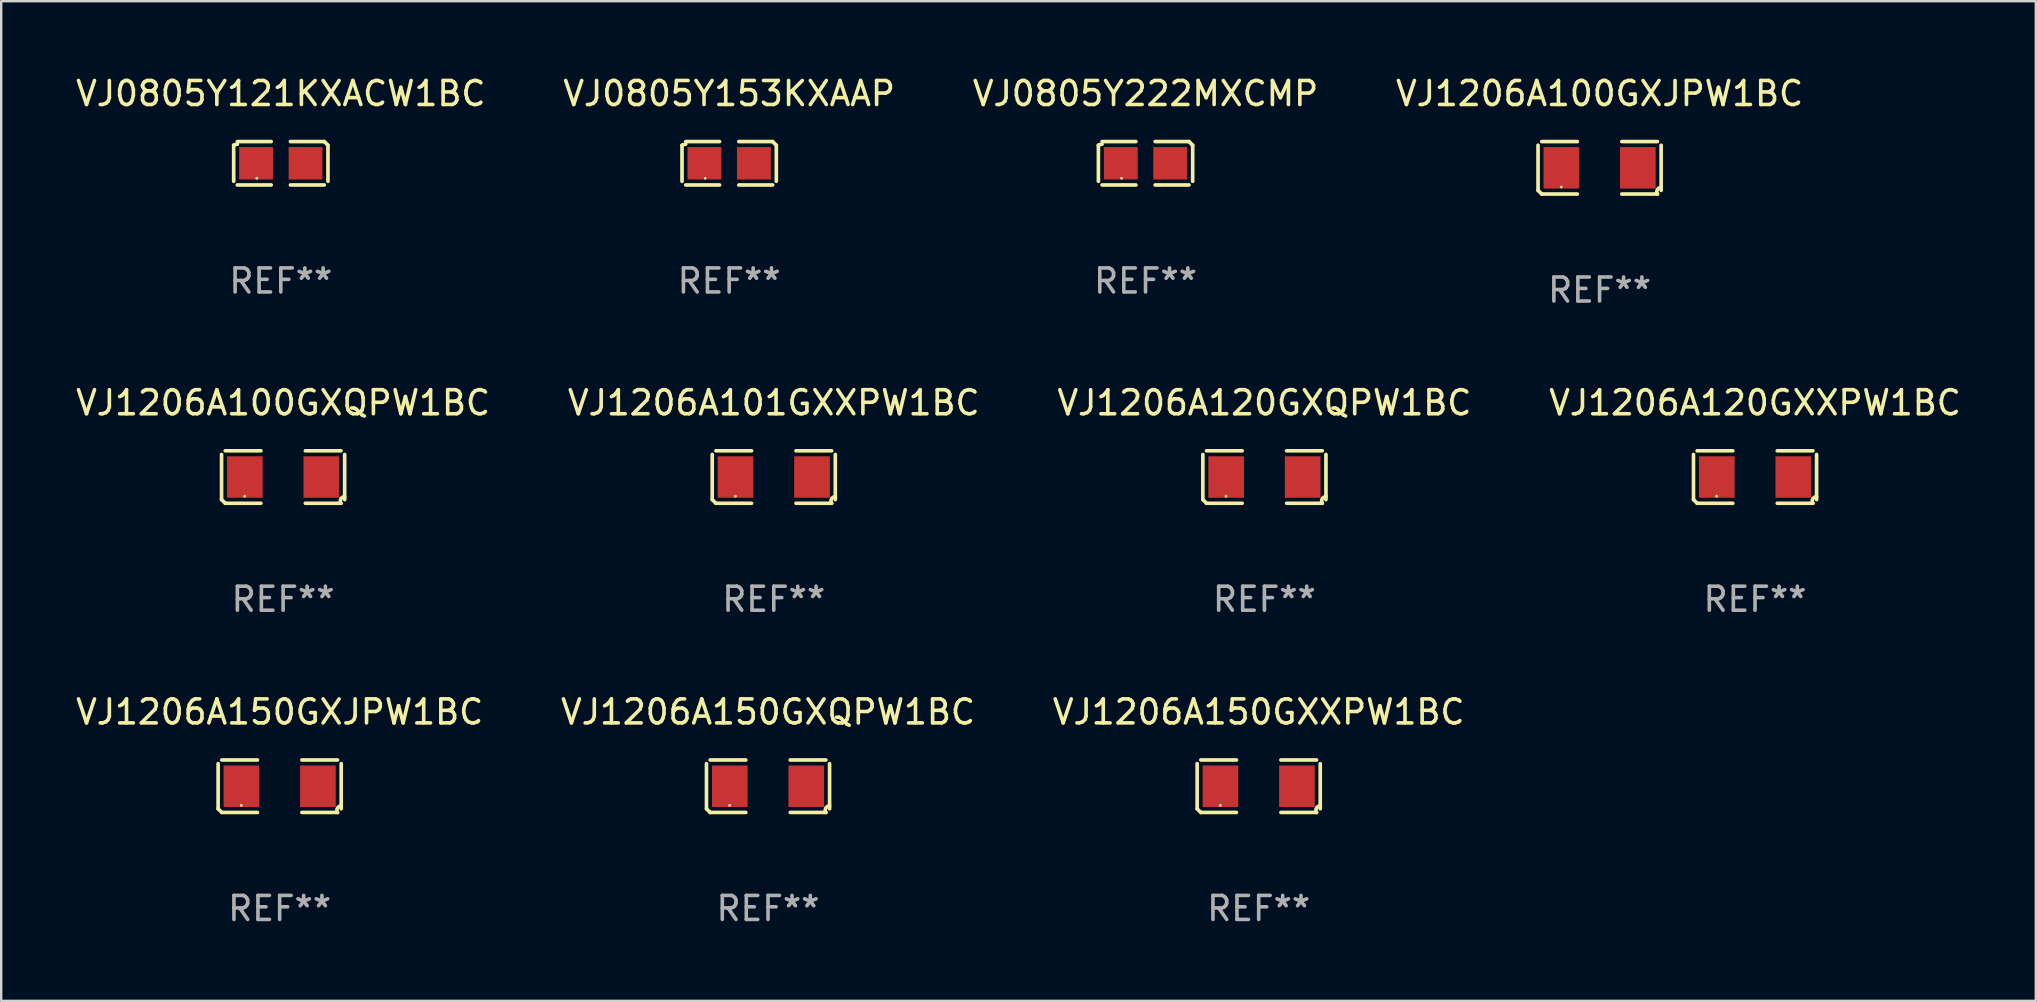
<source format=kicad_pcb>
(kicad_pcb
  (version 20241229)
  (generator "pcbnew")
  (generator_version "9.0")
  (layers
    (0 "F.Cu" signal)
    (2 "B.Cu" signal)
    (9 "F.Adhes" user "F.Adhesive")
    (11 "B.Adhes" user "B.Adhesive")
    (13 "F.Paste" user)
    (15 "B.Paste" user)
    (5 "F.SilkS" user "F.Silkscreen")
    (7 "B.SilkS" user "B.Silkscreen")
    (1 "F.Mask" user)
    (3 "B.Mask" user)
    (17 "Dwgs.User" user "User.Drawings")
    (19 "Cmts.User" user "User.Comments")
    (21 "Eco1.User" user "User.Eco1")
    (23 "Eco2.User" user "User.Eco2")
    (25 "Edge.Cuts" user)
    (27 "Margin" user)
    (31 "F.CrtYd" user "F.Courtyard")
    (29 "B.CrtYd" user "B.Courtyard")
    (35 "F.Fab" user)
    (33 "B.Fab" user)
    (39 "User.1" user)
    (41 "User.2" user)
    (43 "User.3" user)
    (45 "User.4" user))
  (footprint "VJ0805Y153KXAAP"
    (layer "F.Cu")
    (at 27.327 3.752)
    (property "Reference" "VJ0805Y153KXAAP" (at 0 -2.904 0) (layer "F.SilkS") (effects (font (size 1 1) (thickness 0.15))))
    (attr through_hole)
    (fp_line (start -1.964 0.751) (end -1.964 -0.751) (stroke (width 0.152) (type solid)) (layer "F.SilkS"))
    (fp_line (start -1.811 -0.904) (end -0.401 -0.904) (stroke (width 0.152) (type solid)) (layer "F.SilkS"))
    (fp_line (start -0.401 0.904) (end -1.811 0.904) (stroke (width 0.152) (type solid)) (layer "F.SilkS"))
    (fp_line (start 0.401 0.904) (end 1.811 0.904) (stroke (width 0.152) (type solid)) (layer "F.SilkS"))
    (fp_line (start 1.811 -0.904) (end 0.401 -0.904) (stroke (width 0.152) (type solid)) (layer "F.SilkS"))
    (fp_line (start 1.964 0.751) (end 1.964 -0.751) (stroke (width 0.152) (type solid)) (layer "F.SilkS"))
    (fp_arc (start -1.963602 -0.751207) (mid -1.890354 -0.783131) (end -1.811201 -0.794044) (stroke (width 0.1524) (type solid)) (layer "F.SilkS"))
    (fp_arc (start 1.811202 -0.903607) (mid 1.887413 -0.827418) (end 1.963602 -0.751207) (stroke (width 0.1524) (type solid)) (layer "F.SilkS"))
    (fp_circle (center -1 0.625) (end -0.97 0.625) (stroke (width 0.06) (type solid)) (fill no) (layer "F.SilkS"))
    (fp_text user "REF**" (at 0 4.904 0) (layer "F.Fab") (effects (font (size 1 1) (thickness 0.15))))
    (pad "1" smd rect (at -1.03 0) (size 1.41 1.35) (layers "F.Cu" "F.Mask" "F.Paste"))
    (pad "2" smd rect (at 1.03 0) (size 1.41 1.35) (layers "F.Cu" "F.Mask" "F.Paste")))
  (footprint "VJ1206A120GXQPW1BC"
    (layer "F.Cu")
    (at 49.625 16.823)
    (property "Reference" "VJ1206A120GXQPW1BC" (at 0 -3.093 0) (layer "F.SilkS") (effects (font (size 1 1) (thickness 0.15))))
    (attr through_hole)
    (fp_line (start -2.564 0.94) (end -2.564 -0.94) (stroke (width 0.152) (type solid)) (layer "F.SilkS"))
    (fp_line (start -2.411 -1.093) (end -0.926 -1.093) (stroke (width 0.152) (type solid)) (layer "F.SilkS"))
    (fp_line (start -0.926 1.093) (end -2.411 1.093) (stroke (width 0.152) (type solid)) (layer "F.SilkS"))
    (fp_line (start 0.926 1.093) (end 2.411 1.093) (stroke (width 0.152) (type solid)) (layer "F.SilkS"))
    (fp_line (start 2.411 -1.093) (end 0.926 -1.093) (stroke (width 0.152) (type solid)) (layer "F.SilkS"))
    (fp_line (start 2.564 0.94) (end 2.564 -0.94) (stroke (width 0.152) (type solid)) (layer "F.SilkS"))
    (fp_arc (start -2.411201 1.092609) (mid -2.487413 1.01642) (end -2.563602 0.940208) (stroke (width 0.1524) (type solid)) (layer "F.SilkS"))
    (fp_arc (start 2.411201 1.092609) (mid 2.407159 0.911226) (end 2.563602 0.819347) (stroke (width 0.1524) (type solid)) (layer "F.SilkS"))
    (fp_circle (center -1.6 0.8) (end -1.57 0.8) (stroke (width 0.06) (type solid)) (fill no) (layer "F.SilkS"))
    (fp_text user "REF**" (at 0 5.093 0) (layer "F.Fab") (effects (font (size 1 1) (thickness 0.15))))
    (pad "1" smd rect (at -1.593 0) (size 1.485 1.728) (layers "F.Cu" "F.Mask" "F.Paste"))
    (pad "2" smd rect (at 1.593 0) (size 1.485 1.728) (layers "F.Cu" "F.Mask" "F.Paste")))
  (footprint "VJ0805Y222MXCMP"
    (layer "F.Cu")
    (at 44.673 3.752)
    (property "Reference" "VJ0805Y222MXCMP" (at 0 -2.904 0) (layer "F.SilkS") (effects (font (size 1 1) (thickness 0.15))))
    (attr through_hole)
    (fp_line (start -1.964 0.751) (end -1.964 -0.751) (stroke (width 0.152) (type solid)) (layer "F.SilkS"))
    (fp_line (start -1.811 -0.904) (end -0.401 -0.904) (stroke (width 0.152) (type solid)) (layer "F.SilkS"))
    (fp_line (start -0.401 0.904) (end -1.811 0.904) (stroke (width 0.152) (type solid)) (layer "F.SilkS"))
    (fp_line (start 0.401 0.904) (end 1.811 0.904) (stroke (width 0.152) (type solid)) (layer "F.SilkS"))
    (fp_line (start 1.811 -0.904) (end 0.401 -0.904) (stroke (width 0.152) (type solid)) (layer "F.SilkS"))
    (fp_line (start 1.964 0.751) (end 1.964 -0.751) (stroke (width 0.152) (type solid)) (layer "F.SilkS"))
    (fp_arc (start -1.963602 -0.751207) (mid -1.890354 -0.783131) (end -1.811201 -0.794044) (stroke (width 0.1524) (type solid)) (layer "F.SilkS"))
    (fp_arc (start 1.811202 -0.903607) (mid 1.887413 -0.827418) (end 1.963602 -0.751207) (stroke (width 0.1524) (type solid)) (layer "F.SilkS"))
    (fp_circle (center -1 0.625) (end -0.97 0.625) (stroke (width 0.06) (type solid)) (fill no) (layer "F.SilkS"))
    (fp_text user "REF**" (at 0 4.904 0) (layer "F.Fab") (effects (font (size 1 1) (thickness 0.15))))
    (pad "1" smd rect (at -1.03 0) (size 1.41 1.35) (layers "F.Cu" "F.Mask" "F.Paste"))
    (pad "2" smd rect (at 1.03 0) (size 1.41 1.35) (layers "F.Cu" "F.Mask" "F.Paste")))
  (footprint "VJ0805Y121KXACW1BC"
    (layer "F.Cu")
    (at 8.649 3.752)
    (property "Reference" "VJ0805Y121KXACW1BC" (at 0 -2.904 0) (layer "F.SilkS") (effects (font (size 1 1) (thickness 0.15))))
    (attr through_hole)
    (fp_line (start -1.964 0.751) (end -1.964 -0.751) (stroke (width 0.152) (type solid)) (layer "F.SilkS"))
    (fp_line (start -1.811 -0.904) (end -0.401 -0.904) (stroke (width 0.152) (type solid)) (layer "F.SilkS"))
    (fp_line (start -0.401 0.904) (end -1.811 0.904) (stroke (width 0.152) (type solid)) (layer "F.SilkS"))
    (fp_line (start 0.401 0.904) (end 1.811 0.904) (stroke (width 0.152) (type solid)) (layer "F.SilkS"))
    (fp_line (start 1.811 -0.904) (end 0.401 -0.904) (stroke (width 0.152) (type solid)) (layer "F.SilkS"))
    (fp_line (start 1.964 0.751) (end 1.964 -0.751) (stroke (width 0.152) (type solid)) (layer "F.SilkS"))
    (fp_arc (start -1.963602 -0.751207) (mid -1.890354 -0.783131) (end -1.811201 -0.794044) (stroke (width 0.1524) (type solid)) (layer "F.SilkS"))
    (fp_arc (start 1.811202 -0.903607) (mid 1.887413 -0.827418) (end 1.963602 -0.751207) (stroke (width 0.1524) (type solid)) (layer "F.SilkS"))
    (fp_circle (center -1 0.625) (end -0.97 0.625) (stroke (width 0.06) (type solid)) (fill no) (layer "F.SilkS"))
    (fp_text user "REF**" (at 0 4.904 0) (layer "F.Fab") (effects (font (size 1 1) (thickness 0.15))))
    (pad "1" smd rect (at -1.03 0) (size 1.41 1.35) (layers "F.Cu" "F.Mask" "F.Paste"))
    (pad "2" smd rect (at 1.03 0) (size 1.41 1.35) (layers "F.Cu" "F.Mask" "F.Paste")))
  (footprint "VJ1206A150GXXPW1BC"
    (layer "F.Cu")
    (at 49.387 29.704)
    (property "Reference" "VJ1206A150GXXPW1BC" (at 0 -3.093 0) (layer "F.SilkS") (effects (font (size 1 1) (thickness 0.15))))
    (attr through_hole)
    (fp_line (start -2.564 0.94) (end -2.564 -0.94) (stroke (width 0.152) (type solid)) (layer "F.SilkS"))
    (fp_line (start -2.411 -1.093) (end -0.926 -1.093) (stroke (width 0.152) (type solid)) (layer "F.SilkS"))
    (fp_line (start -0.926 1.093) (end -2.411 1.093) (stroke (width 0.152) (type solid)) (layer "F.SilkS"))
    (fp_line (start 0.926 1.093) (end 2.411 1.093) (stroke (width 0.152) (type solid)) (layer "F.SilkS"))
    (fp_line (start 2.411 -1.093) (end 0.926 -1.093) (stroke (width 0.152) (type solid)) (layer "F.SilkS"))
    (fp_line (start 2.564 0.94) (end 2.564 -0.94) (stroke (width 0.152) (type solid)) (layer "F.SilkS"))
    (fp_arc (start -2.411201 1.092609) (mid -2.487413 1.01642) (end -2.563602 0.940208) (stroke (width 0.1524) (type solid)) (layer "F.SilkS"))
    (fp_arc (start 2.411201 1.092609) (mid 2.407159 0.911226) (end 2.563602 0.819347) (stroke (width 0.1524) (type solid)) (layer "F.SilkS"))
    (fp_circle (center -1.6 0.8) (end -1.57 0.8) (stroke (width 0.06) (type solid)) (fill no) (layer "F.SilkS"))
    (fp_text user "REF**" (at 0 5.093 0) (layer "F.Fab") (effects (font (size 1 1) (thickness 0.15))))
    (pad "1" smd rect (at -1.593 0) (size 1.485 1.728) (layers "F.Cu" "F.Mask" "F.Paste"))
    (pad "2" smd rect (at 1.593 0) (size 1.485 1.728) (layers "F.Cu" "F.Mask" "F.Paste")))
  (footprint "VJ1206A100GXQPW1BC"
    (layer "F.Cu")
    (at 8.744 16.823)
    (property "Reference" "VJ1206A100GXQPW1BC" (at 0 -3.093 0) (layer "F.SilkS") (effects (font (size 1 1) (thickness 0.15))))
    (attr through_hole)
    (fp_line (start -2.564 0.94) (end -2.564 -0.94) (stroke (width 0.152) (type solid)) (layer "F.SilkS"))
    (fp_line (start -2.411 -1.093) (end -0.926 -1.093) (stroke (width 0.152) (type solid)) (layer "F.SilkS"))
    (fp_line (start -0.926 1.093) (end -2.411 1.093) (stroke (width 0.152) (type solid)) (layer "F.SilkS"))
    (fp_line (start 0.926 1.093) (end 2.411 1.093) (stroke (width 0.152) (type solid)) (layer "F.SilkS"))
    (fp_line (start 2.411 -1.093) (end 0.926 -1.093) (stroke (width 0.152) (type solid)) (layer "F.SilkS"))
    (fp_line (start 2.564 0.94) (end 2.564 -0.94) (stroke (width 0.152) (type solid)) (layer "F.SilkS"))
    (fp_arc (start -2.411201 1.092609) (mid -2.487413 1.01642) (end -2.563602 0.940208) (stroke (width 0.1524) (type solid)) (layer "F.SilkS"))
    (fp_arc (start 2.411201 1.092609) (mid 2.407159 0.911226) (end 2.563602 0.819347) (stroke (width 0.1524) (type solid)) (layer "F.SilkS"))
    (fp_circle (center -1.6 0.8) (end -1.57 0.8) (stroke (width 0.06) (type solid)) (fill no) (layer "F.SilkS"))
    (fp_text user "REF**" (at 0 5.093 0) (layer "F.Fab") (effects (font (size 1 1) (thickness 0.15))))
    (pad "1" smd rect (at -1.593 0) (size 1.485 1.728) (layers "F.Cu" "F.Mask" "F.Paste"))
    (pad "2" smd rect (at 1.593 0) (size 1.485 1.728) (layers "F.Cu" "F.Mask" "F.Paste")))
  (footprint "VJ1206A150GXJPW1BC"
    (layer "F.Cu")
    (at 8.601 29.704)
    (property "Reference" "VJ1206A150GXJPW1BC" (at 0 -3.093 0) (layer "F.SilkS") (effects (font (size 1 1) (thickness 0.15))))
    (attr through_hole)
    (fp_line (start -2.564 0.94) (end -2.564 -0.94) (stroke (width 0.152) (type solid)) (layer "F.SilkS"))
    (fp_line (start -2.411 -1.093) (end -0.926 -1.093) (stroke (width 0.152) (type solid)) (layer "F.SilkS"))
    (fp_line (start -0.926 1.093) (end -2.411 1.093) (stroke (width 0.152) (type solid)) (layer "F.SilkS"))
    (fp_line (start 0.926 1.093) (end 2.411 1.093) (stroke (width 0.152) (type solid)) (layer "F.SilkS"))
    (fp_line (start 2.411 -1.093) (end 0.926 -1.093) (stroke (width 0.152) (type solid)) (layer "F.SilkS"))
    (fp_line (start 2.564 0.94) (end 2.564 -0.94) (stroke (width 0.152) (type solid)) (layer "F.SilkS"))
    (fp_arc (start -2.411201 1.092609) (mid -2.487413 1.01642) (end -2.563602 0.940208) (stroke (width 0.1524) (type solid)) (layer "F.SilkS"))
    (fp_arc (start 2.411201 1.092609) (mid 2.407159 0.911226) (end 2.563602 0.819347) (stroke (width 0.1524) (type solid)) (layer "F.SilkS"))
    (fp_circle (center -1.6 0.8) (end -1.57 0.8) (stroke (width 0.06) (type solid)) (fill no) (layer "F.SilkS"))
    (fp_text user "REF**" (at 0 5.093 0) (layer "F.Fab") (effects (font (size 1 1) (thickness 0.15))))
    (pad "1" smd rect (at -1.593 0) (size 1.485 1.728) (layers "F.Cu" "F.Mask" "F.Paste"))
    (pad "2" smd rect (at 1.593 0) (size 1.485 1.728) (layers "F.Cu" "F.Mask" "F.Paste")))
  (footprint "VJ1206A150GXQPW1BC"
    (layer "F.Cu")
    (at 28.946 29.704)
    (property "Reference" "VJ1206A150GXQPW1BC" (at 0 -3.093 0) (layer "F.SilkS") (effects (font (size 1 1) (thickness 0.15))))
    (attr through_hole)
    (fp_line (start -2.564 0.94) (end -2.564 -0.94) (stroke (width 0.152) (type solid)) (layer "F.SilkS"))
    (fp_line (start -2.411 -1.093) (end -0.926 -1.093) (stroke (width 0.152) (type solid)) (layer "F.SilkS"))
    (fp_line (start -0.926 1.093) (end -2.411 1.093) (stroke (width 0.152) (type solid)) (layer "F.SilkS"))
    (fp_line (start 0.926 1.093) (end 2.411 1.093) (stroke (width 0.152) (type solid)) (layer "F.SilkS"))
    (fp_line (start 2.411 -1.093) (end 0.926 -1.093) (stroke (width 0.152) (type solid)) (layer "F.SilkS"))
    (fp_line (start 2.564 0.94) (end 2.564 -0.94) (stroke (width 0.152) (type solid)) (layer "F.SilkS"))
    (fp_arc (start -2.411201 1.092609) (mid -2.487413 1.01642) (end -2.563602 0.940208) (stroke (width 0.1524) (type solid)) (layer "F.SilkS"))
    (fp_arc (start 2.411201 1.092609) (mid 2.407159 0.911226) (end 2.563602 0.819347) (stroke (width 0.1524) (type solid)) (layer "F.SilkS"))
    (fp_circle (center -1.6 0.8) (end -1.57 0.8) (stroke (width 0.06) (type solid)) (fill no) (layer "F.SilkS"))
    (fp_text user "REF**" (at 0 5.093 0) (layer "F.Fab") (effects (font (size 1 1) (thickness 0.15))))
    (pad "1" smd rect (at -1.593 0) (size 1.485 1.728) (layers "F.Cu" "F.Mask" "F.Paste"))
    (pad "2" smd rect (at 1.593 0) (size 1.485 1.728) (layers "F.Cu" "F.Mask" "F.Paste")))
  (footprint "VJ1206A100GXJPW1BC"
    (layer "F.Cu")
    (at 63.589 3.941)
    (property "Reference" "VJ1206A100GXJPW1BC" (at 0 -3.093 0) (layer "F.SilkS") (effects (font (size 1 1) (thickness 0.15))))
    (attr through_hole)
    (fp_line (start -2.564 0.94) (end -2.564 -0.94) (stroke (width 0.152) (type solid)) (layer "F.SilkS"))
    (fp_line (start -2.411 -1.093) (end -0.926 -1.093) (stroke (width 0.152) (type solid)) (layer "F.SilkS"))
    (fp_line (start -0.926 1.093) (end -2.411 1.093) (stroke (width 0.152) (type solid)) (layer "F.SilkS"))
    (fp_line (start 0.926 1.093) (end 2.411 1.093) (stroke (width 0.152) (type solid)) (layer "F.SilkS"))
    (fp_line (start 2.411 -1.093) (end 0.926 -1.093) (stroke (width 0.152) (type solid)) (layer "F.SilkS"))
    (fp_line (start 2.564 0.94) (end 2.564 -0.94) (stroke (width 0.152) (type solid)) (layer "F.SilkS"))
    (fp_arc (start -2.411201 1.092609) (mid -2.487413 1.01642) (end -2.563602 0.940208) (stroke (width 0.1524) (type solid)) (layer "F.SilkS"))
    (fp_arc (start 2.411201 1.092609) (mid 2.407159 0.911226) (end 2.563602 0.819347) (stroke (width 0.1524) (type solid)) (layer "F.SilkS"))
    (fp_circle (center -1.6 0.8) (end -1.57 0.8) (stroke (width 0.06) (type solid)) (fill no) (layer "F.SilkS"))
    (fp_text user "REF**" (at 0 5.093 0) (layer "F.Fab") (effects (font (size 1 1) (thickness 0.15))))
    (pad "1" smd rect (at -1.593 0) (size 1.485 1.728) (layers "F.Cu" "F.Mask" "F.Paste"))
    (pad "2" smd rect (at 1.593 0) (size 1.485 1.728) (layers "F.Cu" "F.Mask" "F.Paste")))
  (footprint "VJ1206A120GXXPW1BC"
    (layer "F.Cu")
    (at 70.065 16.823)
    (property "Reference" "VJ1206A120GXXPW1BC" (at 0 -3.093 0) (layer "F.SilkS") (effects (font (size 1 1) (thickness 0.15))))
    (attr through_hole)
    (fp_line (start -2.564 0.94) (end -2.564 -0.94) (stroke (width 0.152) (type solid)) (layer "F.SilkS"))
    (fp_line (start -2.411 -1.093) (end -0.926 -1.093) (stroke (width 0.152) (type solid)) (layer "F.SilkS"))
    (fp_line (start -0.926 1.093) (end -2.411 1.093) (stroke (width 0.152) (type solid)) (layer "F.SilkS"))
    (fp_line (start 0.926 1.093) (end 2.411 1.093) (stroke (width 0.152) (type solid)) (layer "F.SilkS"))
    (fp_line (start 2.411 -1.093) (end 0.926 -1.093) (stroke (width 0.152) (type solid)) (layer "F.SilkS"))
    (fp_line (start 2.564 0.94) (end 2.564 -0.94) (stroke (width 0.152) (type solid)) (layer "F.SilkS"))
    (fp_arc (start -2.411201 1.092609) (mid -2.487413 1.01642) (end -2.563602 0.940208) (stroke (width 0.1524) (type solid)) (layer "F.SilkS"))
    (fp_arc (start 2.411201 1.092609) (mid 2.407159 0.911226) (end 2.563602 0.819347) (stroke (width 0.1524) (type solid)) (layer "F.SilkS"))
    (fp_circle (center -1.6 0.8) (end -1.57 0.8) (stroke (width 0.06) (type solid)) (fill no) (layer "F.SilkS"))
    (fp_text user "REF**" (at 0 5.093 0) (layer "F.Fab") (effects (font (size 1 1) (thickness 0.15))))
    (pad "1" smd rect (at -1.593 0) (size 1.485 1.728) (layers "F.Cu" "F.Mask" "F.Paste"))
    (pad "2" smd rect (at 1.593 0) (size 1.485 1.728) (layers "F.Cu" "F.Mask" "F.Paste")))
  (footprint "VJ1206A101GXXPW1BC"
    (layer "F.Cu")
    (at 29.185 16.823)
    (property "Reference" "VJ1206A101GXXPW1BC" (at 0 -3.093 0) (layer "F.SilkS") (effects (font (size 1 1) (thickness 0.15))))
    (attr through_hole)
    (fp_line (start -2.564 0.94) (end -2.564 -0.94) (stroke (width 0.152) (type solid)) (layer "F.SilkS"))
    (fp_line (start -2.411 -1.093) (end -0.926 -1.093) (stroke (width 0.152) (type solid)) (layer "F.SilkS"))
    (fp_line (start -0.926 1.093) (end -2.411 1.093) (stroke (width 0.152) (type solid)) (layer "F.SilkS"))
    (fp_line (start 0.926 1.093) (end 2.411 1.093) (stroke (width 0.152) (type solid)) (layer "F.SilkS"))
    (fp_line (start 2.411 -1.093) (end 0.926 -1.093) (stroke (width 0.152) (type solid)) (layer "F.SilkS"))
    (fp_line (start 2.564 0.94) (end 2.564 -0.94) (stroke (width 0.152) (type solid)) (layer "F.SilkS"))
    (fp_arc (start -2.411201 1.092609) (mid -2.487413 1.01642) (end -2.563602 0.940208) (stroke (width 0.1524) (type solid)) (layer "F.SilkS"))
    (fp_arc (start 2.411201 1.092609) (mid 2.407159 0.911226) (end 2.563602 0.819347) (stroke (width 0.1524) (type solid)) (layer "F.SilkS"))
    (fp_circle (center -1.6 0.8) (end -1.57 0.8) (stroke (width 0.06) (type solid)) (fill no) (layer "F.SilkS"))
    (fp_text user "REF**" (at 0 5.093 0) (layer "F.Fab") (effects (font (size 1 1) (thickness 0.15))))
    (pad "1" smd rect (at -1.593 0) (size 1.485 1.728) (layers "F.Cu" "F.Mask" "F.Paste"))
    (pad "2" smd rect (at 1.593 0) (size 1.485 1.728) (layers "F.Cu" "F.Mask" "F.Paste")))
  (gr_rect
    (start -3 -3)
    (end 81.762 38.645)
    (stroke (width 0.1) (type default))
    (fill no)
    (layer "Edge.Cuts")))
</source>
